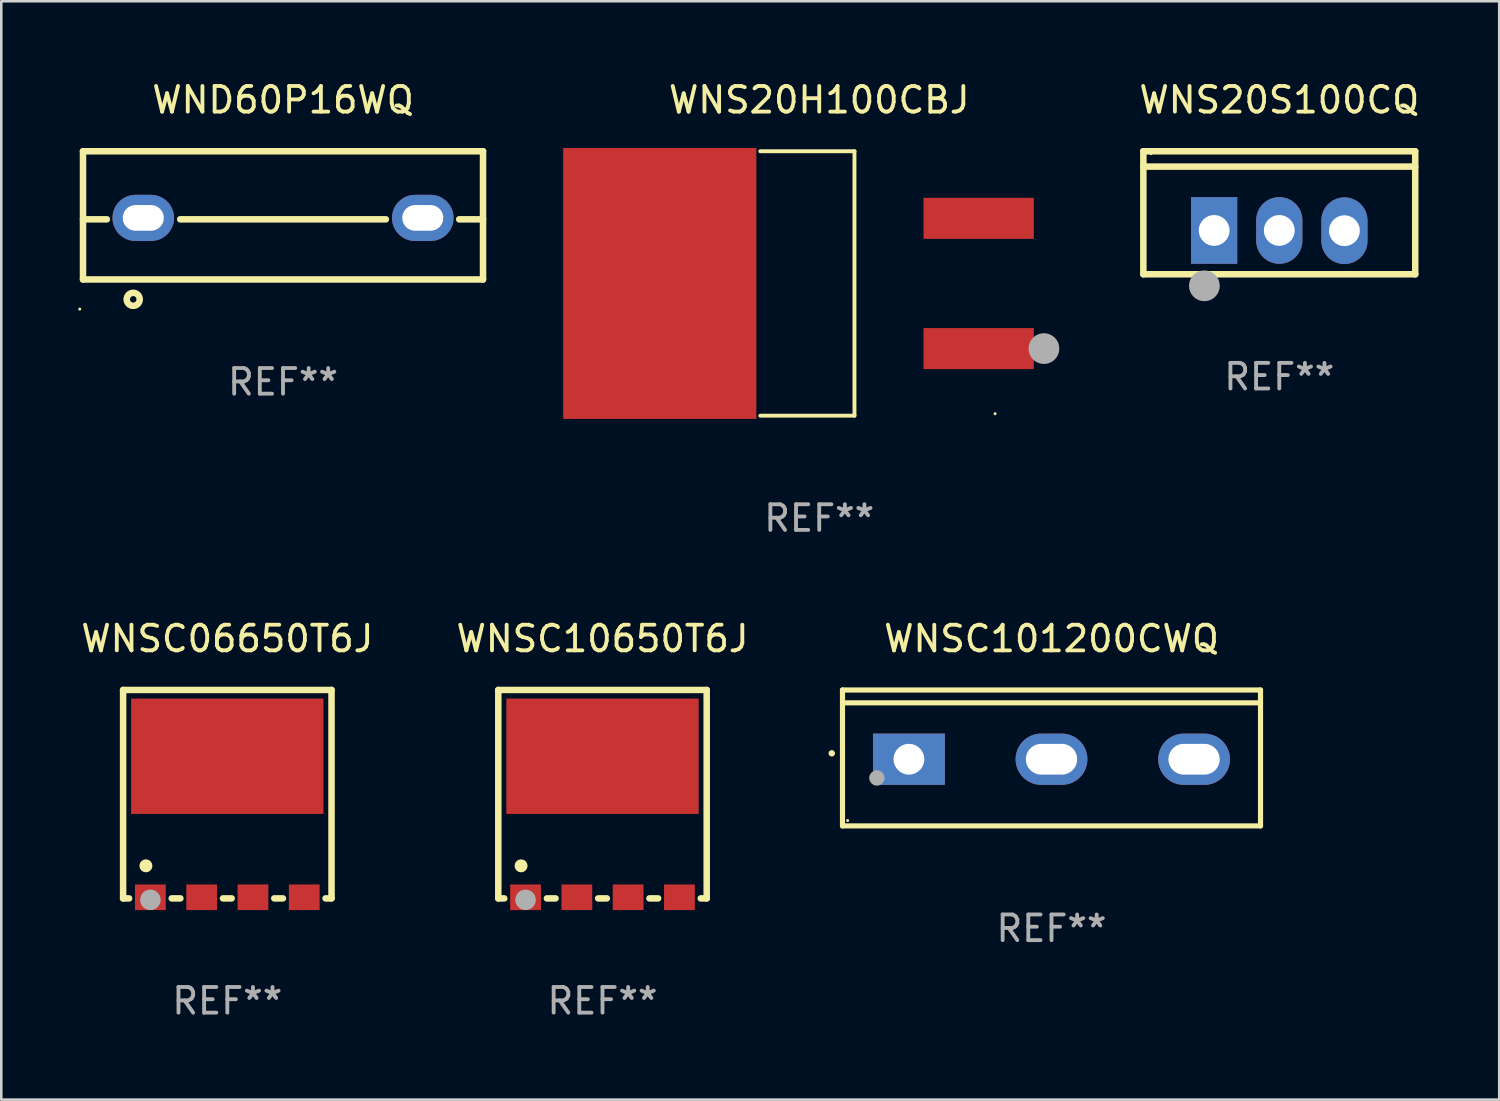
<source format=kicad_pcb>
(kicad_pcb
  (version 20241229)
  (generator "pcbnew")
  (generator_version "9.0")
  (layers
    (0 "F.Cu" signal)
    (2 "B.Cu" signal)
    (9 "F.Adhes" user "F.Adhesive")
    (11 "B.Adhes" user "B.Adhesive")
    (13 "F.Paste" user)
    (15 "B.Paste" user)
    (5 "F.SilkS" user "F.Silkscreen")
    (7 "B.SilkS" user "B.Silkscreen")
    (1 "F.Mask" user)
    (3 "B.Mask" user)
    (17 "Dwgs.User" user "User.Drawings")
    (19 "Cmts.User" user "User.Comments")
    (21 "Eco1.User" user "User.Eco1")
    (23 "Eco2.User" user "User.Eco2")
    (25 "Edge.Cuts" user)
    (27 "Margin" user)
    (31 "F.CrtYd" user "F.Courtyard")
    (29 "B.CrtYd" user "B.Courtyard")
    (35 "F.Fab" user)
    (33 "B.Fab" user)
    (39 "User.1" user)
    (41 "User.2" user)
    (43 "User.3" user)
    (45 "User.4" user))
  (footprint "WNSC06650T6J"
    (layer "F.Cu")
    (at 5.815 27.921)
    (property "Reference" "WNSC06650T6J" (at 0 -6.064 0) (layer "F.SilkS") (effects (font (size 1 1) (thickness 0.15))))
    (attr through_hole)
    (fp_line (start -4.064 -4.064) (end -4.064 4.064) (stroke (width 0.254) (type solid)) (layer "F.SilkS"))
    (fp_line (start -4.064 4.064) (end -3.831 4.064) (stroke (width 0.254) (type solid)) (layer "F.SilkS"))
    (fp_line (start -2.169 4.064) (end -1.831 4.064) (stroke (width 0.254) (type solid)) (layer "F.SilkS"))
    (fp_line (start -0.169 4.064) (end 0.169 4.064) (stroke (width 0.254) (type solid)) (layer "F.SilkS"))
    (fp_line (start 1.831 4.064) (end 2.169 4.064) (stroke (width 0.254) (type solid)) (layer "F.SilkS"))
    (fp_line (start 3.831 4.064) (end 4.064 4.064) (stroke (width 0.254) (type solid)) (layer "F.SilkS"))
    (fp_line (start 4.064 -4.064) (end -4.064 -4.064) (stroke (width 0.254) (type solid)) (layer "F.SilkS"))
    (fp_line (start 4.064 4.064) (end 4.064 -4.064) (stroke (width 0.254) (type solid)) (layer "F.SilkS"))
    (fp_circle (center -3.94 4.03) (end -3.91 4.03) (stroke (width 0.06) (type solid)) (fill no) (layer "F.SilkS"))
    (fp_circle (center -3.175 2.794) (end -3.048 2.794) (stroke (width 0.254) (type solid)) (fill no) (layer "F.SilkS"))
    (fp_circle (center -3 4.12) (end -2.8 4.12) (stroke (width 0.4) (type solid)) (fill no) (layer "F.Fab"))
    (fp_text user "REF**" (at 0 8.064 0) (layer "F.Fab") (effects (font (size 1 1) (thickness 0.15))))
    (pad "1" smd rect (at -3 4.02) (size 1.2 1) (layers "F.Cu" "F.Mask" "F.Paste"))
    (pad "2" smd rect (at -1 4.02) (size 1.2 1) (layers "F.Cu" "F.Mask" "F.Paste"))
    (pad "3" smd rect (at 1 4.02) (size 1.2 1) (layers "F.Cu" "F.Mask" "F.Paste"))
    (pad "4" smd rect (at 3 4.02) (size 1.2 1) (layers "F.Cu" "F.Mask" "F.Paste"))
    (pad "5" smd rect (at 0 -1.48) (size 7.5 4.5) (layers "F.Cu" "F.Mask" "F.Paste")))
  (footprint "WNS20S100CQ"
    (layer "F.Cu")
    (at 46.839 5.247)
    (property "Reference" "WNS20S100CQ" (at 0 -4.399 0) (layer "F.SilkS") (effects (font (size 1 1) (thickness 0.15))))
    (attr through_hole)
    (fp_line (start -5.301 -2.399) (end 5.301 -2.399) (stroke (width 0.254) (type solid)) (layer "F.SilkS"))
    (fp_line (start -5.301 -2.394) (end -5.301 -2.399) (stroke (width 0.254) (type solid)) (layer "F.SilkS"))
    (fp_line (start -5.301 2.399) (end -5.301 -2.394) (stroke (width 0.254) (type solid)) (layer "F.SilkS"))
    (fp_line (start 5.3 -1.8) (end -5.3 -1.8) (stroke (width 0.254) (type solid)) (layer "F.SilkS"))
    (fp_line (start 5.301 -2.399) (end 5.301 2.399) (stroke (width 0.254) (type solid)) (layer "F.SilkS"))
    (fp_line (start 5.301 2.399) (end -5.301 2.399) (stroke (width 0.254) (type solid)) (layer "F.SilkS"))
    (fp_arc (start -2.769977 3.025032) (mid -2.768707 3.025028) (end -2.767437 3.025032) (stroke (width 0.4) (type solid)) (layer "F.SilkS"))
    (fp_circle (center -5 -2.305) (end -4.97 -2.305) (stroke (width 0.06) (type solid)) (fill no) (layer "F.SilkS"))
    (fp_circle (center -2.921 2.849) (end -2.621 2.849) (stroke (width 0.6) (type solid)) (fill no) (layer "F.Fab"))
    (fp_text user "REF**" (at 0 6.399 0) (layer "F.Fab") (effects (font (size 1 1) (thickness 0.15))))
    (pad "1" thru_hole rect (at -2.54 0.69) (size 1.8 2.6) (drill 1.2) (layers "*.Cu" "*.Mask"))
    (pad "2" thru_hole oval (at 0 0.69) (size 1.8 2.6) (drill 1.2) (layers "*.Cu" "*.Mask"))
    (pad "3" thru_hole oval (at 2.54 0.7) (size 1.8 2.6) (drill 1.2) (layers "*.Cu" "*.Mask")))
  (footprint "WNS20H100CBJ"
    (layer "F.Cu")
    (at 28.898 8.004)
    (property "Reference" "WNS20H100CBJ" (at 0 -7.156 0) (layer "F.SilkS") (effects (font (size 1 1) (thickness 0.15))))
    (attr through_hole)
    (fp_line (start -2.3 -5.156) (end 1.374 -5.156) (stroke (width 0.152) (type solid)) (layer "F.SilkS"))
    (fp_line (start -2.3 5.156) (end 1.374 5.156) (stroke (width 0.152) (type solid)) (layer "F.SilkS"))
    (fp_line (start 1.374 5.156) (end 1.374 -5.156) (stroke (width 0.152) (type solid)) (layer "F.SilkS"))
    (fp_circle (center 6.858 5.08) (end 6.888 5.08) (stroke (width 0.06) (type solid)) (fill no) (layer "F.SilkS"))
    (fp_circle (center 8.763 2.54) (end 9.063 2.54) (stroke (width 0.6) (type solid)) (fill no) (layer "F.Fab"))
    (fp_text user "REF**" (at 0 9.156 0) (layer "F.Fab") (effects (font (size 1 1) (thickness 0.15))))
    (pad "1" smd rect (at 6.218 2.54 180) (size 4.3 1.6) (layers "F.Cu" "F.Mask" "F.Paste"))
    (pad "2" smd rect (at -6.218 0 180) (size 7.532 10.566) (layers "F.Cu" "F.Mask" "F.Paste"))
    (pad "3" smd rect (at 6.218 -2.54 180) (size 4.3 1.6) (layers "F.Cu" "F.Mask" "F.Paste")))
  (footprint "WNSC101200CWQ"
    (layer "F.Cu")
    (at 37.956 26.508)
    (property "Reference" "WNSC101200CWQ" (at 0 -4.65 0) (layer "F.SilkS") (effects (font (size 1 1) (thickness 0.15))))
    (attr through_hole)
    (fp_line (start -8.151 -2.65) (end -8.151 2.65) (stroke (width 0.201) (type solid)) (layer "F.SilkS"))
    (fp_line (start 8.151 -2.65) (end -8.151 -2.65) (stroke (width 0.201) (type solid)) (layer "F.SilkS"))
    (fp_line (start 8.151 -2.15) (end -8.151 -2.15) (stroke (width 0.201) (type solid)) (layer "F.SilkS"))
    (fp_line (start 8.151 2.65) (end -8.151 2.65) (stroke (width 0.201) (type solid)) (layer "F.SilkS"))
    (fp_line (start 8.151 2.65) (end 8.151 -2.65) (stroke (width 0.201) (type solid)) (layer "F.SilkS"))
    (fp_arc (start -8.570003 -0.18048) (mid -8.568733 -0.180486) (end -8.567463 -0.18048) (stroke (width 0.24892) (type solid)) (layer "F.SilkS"))
    (fp_circle (center -7.95 2.44) (end -7.92 2.44) (stroke (width 0.06) (type solid)) (fill no) (layer "F.SilkS"))
    (fp_circle (center -6.81 0.78) (end -6.66 0.78) (stroke (width 0.3) (type solid)) (fill no) (layer "F.Fab"))
    (fp_text user "REF**" (at 0 6.65 0) (layer "F.Fab") (effects (font (size 1 1) (thickness 0.15))))
    (pad "1" thru_hole rect (at -5.56 0.05 90) (size 2 2.8) (drill 1.2) (layers "*.Cu" "*.Mask"))
    (pad "2" thru_hole oval (at 0 0.05 90) (size 2 2.8) (drill oval 1.2 2) (layers "*.Cu" "*.Mask"))
    (pad "3" thru_hole oval (at 5.56 0.05 90) (size 2 2.8) (drill oval 1.2 2) (layers "*.Cu" "*.Mask")))
  (footprint "WNSC10650T6J"
    (layer "F.Cu")
    (at 20.446 27.921)
    (property "Reference" "WNSC10650T6J" (at 0 -6.064 0) (layer "F.SilkS") (effects (font (size 1 1) (thickness 0.15))))
    (attr through_hole)
    (fp_line (start -4.064 -4.064) (end -4.064 4.064) (stroke (width 0.254) (type solid)) (layer "F.SilkS"))
    (fp_line (start -4.064 4.064) (end -3.831 4.064) (stroke (width 0.254) (type solid)) (layer "F.SilkS"))
    (fp_line (start -2.169 4.064) (end -1.831 4.064) (stroke (width 0.254) (type solid)) (layer "F.SilkS"))
    (fp_line (start -0.169 4.064) (end 0.169 4.064) (stroke (width 0.254) (type solid)) (layer "F.SilkS"))
    (fp_line (start 1.831 4.064) (end 2.169 4.064) (stroke (width 0.254) (type solid)) (layer "F.SilkS"))
    (fp_line (start 3.831 4.064) (end 4.064 4.064) (stroke (width 0.254) (type solid)) (layer "F.SilkS"))
    (fp_line (start 4.064 -4.064) (end -4.064 -4.064) (stroke (width 0.254) (type solid)) (layer "F.SilkS"))
    (fp_line (start 4.064 4.064) (end 4.064 -4.064) (stroke (width 0.254) (type solid)) (layer "F.SilkS"))
    (fp_circle (center -3.94 4.03) (end -3.91 4.03) (stroke (width 0.06) (type solid)) (fill no) (layer "F.SilkS"))
    (fp_circle (center -3.175 2.794) (end -3.048 2.794) (stroke (width 0.254) (type solid)) (fill no) (layer "F.SilkS"))
    (fp_circle (center -3 4.12) (end -2.8 4.12) (stroke (width 0.4) (type solid)) (fill no) (layer "F.Fab"))
    (fp_text user "REF**" (at 0 8.064 0) (layer "F.Fab") (effects (font (size 1 1) (thickness 0.15))))
    (pad "1" smd rect (at -3 4.02) (size 1.2 1) (layers "F.Cu" "F.Mask" "F.Paste"))
    (pad "2" smd rect (at -1 4.02) (size 1.2 1) (layers "F.Cu" "F.Mask" "F.Paste"))
    (pad "3" smd rect (at 1 4.02) (size 1.2 1) (layers "F.Cu" "F.Mask" "F.Paste"))
    (pad "4" smd rect (at 3 4.02) (size 1.2 1) (layers "F.Cu" "F.Mask" "F.Paste"))
    (pad "5" smd rect (at 0 -1.48) (size 7.5 4.5) (layers "F.Cu" "F.Mask" "F.Paste")))
  (footprint "WND60P16WQ"
    (layer "F.Cu")
    (at 7.987 5.348)
    (property "Reference" "WND60P16WQ" (at 0 -4.5 0) (layer "F.SilkS") (effects (font (size 1 1) (thickness 0.15))))
    (attr through_hole)
    (fp_line (start -7.8 -2.5) (end -7.8 2.5) (stroke (width 0.254) (type solid)) (layer "F.SilkS"))
    (fp_line (start -7.8 -2.5) (end 7.8 -2.5) (stroke (width 0.254) (type solid)) (layer "F.SilkS"))
    (fp_line (start -7.8 2.5) (end 7.8 2.5) (stroke (width 0.254) (type solid)) (layer "F.SilkS"))
    (fp_line (start -6.87 0.155) (end -7.8 0.155) (stroke (width 0.254) (type solid)) (layer "F.SilkS"))
    (fp_line (start 4.01 0.155) (end -4.01 0.155) (stroke (width 0.254) (type solid)) (layer "F.SilkS"))
    (fp_line (start 6.87 0.155) (end 7.8 0.155) (stroke (width 0.254) (type solid)) (layer "F.SilkS"))
    (fp_line (start 7.8 -2.5) (end 7.8 2.5) (stroke (width 0.254) (type solid)) (layer "F.SilkS"))
    (fp_circle (center -7.927 3.656) (end -7.897 3.656) (stroke (width 0.06) (type solid)) (fill no) (layer "F.SilkS"))
    (fp_circle (center -5.842 3.275) (end -5.588 3.275) (stroke (width 0.254) (type solid)) (fill no) (layer "F.SilkS"))
    (fp_text user "REF**" (at 0 6.5 0) (layer "F.Fab") (effects (font (size 1 1) (thickness 0.15))))
    (pad "1" thru_hole oval (at -5.45 0.1) (size 2.4 1.8) (drill oval 1.6 1) (layers "*.Cu" "*.Mask"))
    (pad "2" thru_hole oval (at 5.45 0.1) (size 2.4 1.8) (drill oval 1.6 1) (layers "*.Cu" "*.Mask")))
  (gr_rect
    (start -3 -3)
    (end 55.416 39.833)
    (stroke (width 0.1) (type default))
    (fill no)
    (layer "Edge.Cuts")))
</source>
